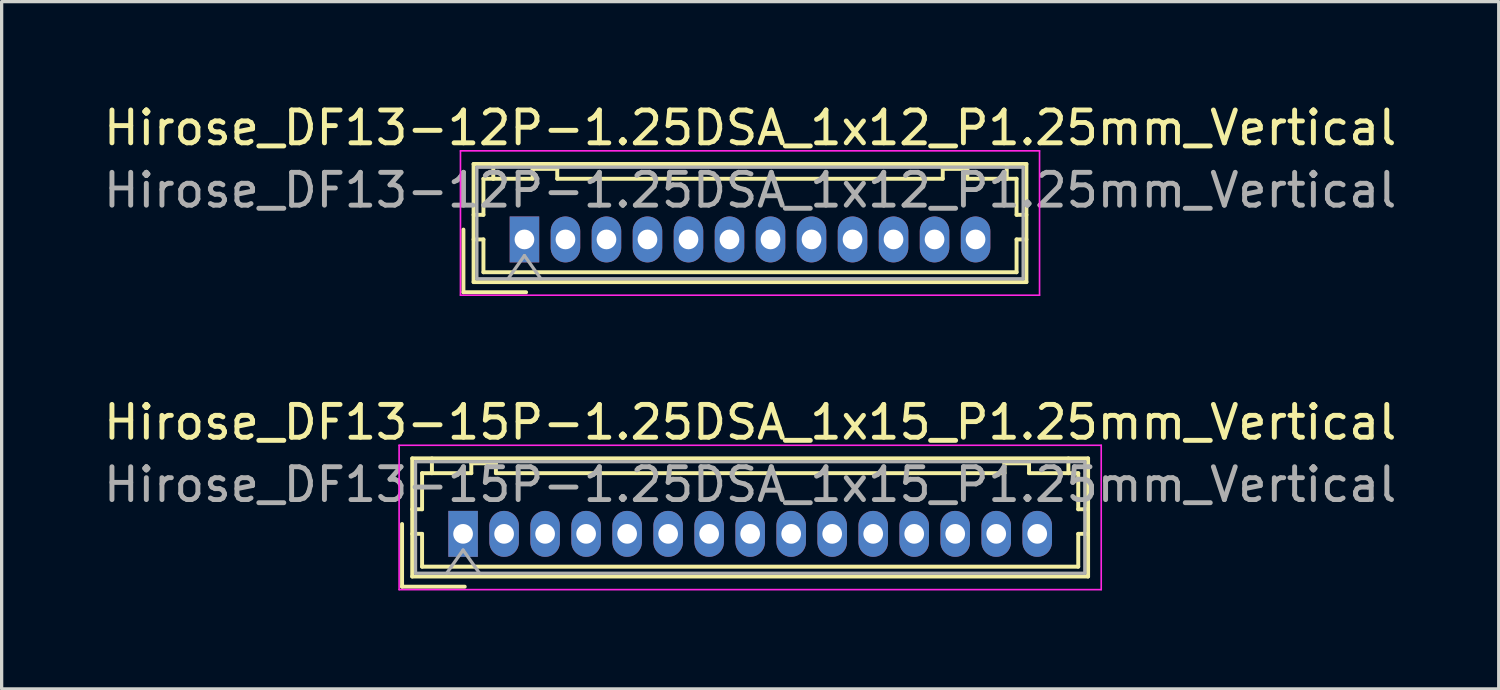
<source format=kicad_pcb>
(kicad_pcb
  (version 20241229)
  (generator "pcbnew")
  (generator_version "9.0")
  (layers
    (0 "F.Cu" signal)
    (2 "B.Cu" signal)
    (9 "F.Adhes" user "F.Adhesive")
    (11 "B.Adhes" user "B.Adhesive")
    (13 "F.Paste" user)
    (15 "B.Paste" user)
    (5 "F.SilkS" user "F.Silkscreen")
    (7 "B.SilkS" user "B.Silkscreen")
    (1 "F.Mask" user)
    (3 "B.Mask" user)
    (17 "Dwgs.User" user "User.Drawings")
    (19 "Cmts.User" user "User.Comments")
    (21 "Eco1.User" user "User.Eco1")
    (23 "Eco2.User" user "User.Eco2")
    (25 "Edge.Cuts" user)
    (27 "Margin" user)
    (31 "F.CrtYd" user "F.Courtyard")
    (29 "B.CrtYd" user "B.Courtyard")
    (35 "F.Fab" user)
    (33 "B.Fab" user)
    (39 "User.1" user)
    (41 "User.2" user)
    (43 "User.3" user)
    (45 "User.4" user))
  (footprint "Hirose_DF13-15P-1.25DSA_1x15_P1.25mm_Vertical"
    (layer "F.Cu")
    (at 11.065 13.222)
    (property "Reference" "Hirose_DF13-15P-1.25DSA_1x15_P1.25mm_Vertical" (at 8.75 -3.4 0) (layer "F.SilkS") (effects (font (size 1 1) (thickness 0.15))))
    (attr through_hole)
    (fp_line (start -1.86 -0.3) (end -1.86 1.61) (stroke (width 0.12) (type solid)) (layer "F.SilkS"))
    (fp_line (start -1.86 1.61) (end 0.05 1.61) (stroke (width 0.12) (type solid)) (layer "F.SilkS"))
    (fp_line (start -1.55 -2.3) (end -1.55 1.3) (stroke (width 0.12) (type solid)) (layer "F.SilkS"))
    (fp_line (start -1.55 -0.75) (end -1.25 -0.75) (stroke (width 0.12) (type solid)) (layer "F.SilkS"))
    (fp_line (start -1.55 0) (end -1.25 0) (stroke (width 0.12) (type solid)) (layer "F.SilkS"))
    (fp_line (start -1.55 1.3) (end 19.05 1.3) (stroke (width 0.12) (type solid)) (layer "F.SilkS"))
    (fp_line (start -1.25 -1.85) (end -0.95 -1.85) (stroke (width 0.12) (type solid)) (layer "F.SilkS"))
    (fp_line (start -1.25 -0.75) (end -1.25 -1.85) (stroke (width 0.12) (type solid)) (layer "F.SilkS"))
    (fp_line (start -1.25 0) (end -1.25 1) (stroke (width 0.12) (type solid)) (layer "F.SilkS"))
    (fp_line (start -1.25 1) (end 18.75 1) (stroke (width 0.12) (type solid)) (layer "F.SilkS"))
    (fp_line (start -0.95 -1.85) (end -0.95 -2.3) (stroke (width 0.12) (type solid)) (layer "F.SilkS"))
    (fp_line (start -0.95 -1.85) (end 0.25 -1.85) (stroke (width 0.12) (type solid)) (layer "F.SilkS"))
    (fp_line (start 0.25 -2.15) (end 1 -2.15) (stroke (width 0.12) (type solid)) (layer "F.SilkS"))
    (fp_line (start 0.25 -1.85) (end 0.25 -2.15) (stroke (width 0.12) (type solid)) (layer "F.SilkS"))
    (fp_line (start 1 -2.15) (end 1 -1.85) (stroke (width 0.12) (type solid)) (layer "F.SilkS"))
    (fp_line (start 1 -1.85) (end 16.5 -1.85) (stroke (width 0.12) (type solid)) (layer "F.SilkS"))
    (fp_line (start 16.5 -2.15) (end 17.25 -2.15) (stroke (width 0.12) (type solid)) (layer "F.SilkS"))
    (fp_line (start 16.5 -1.85) (end 16.5 -2.15) (stroke (width 0.12) (type solid)) (layer "F.SilkS"))
    (fp_line (start 17.25 -2.15) (end 17.25 -1.85) (stroke (width 0.12) (type solid)) (layer "F.SilkS"))
    (fp_line (start 17.25 -1.85) (end 18.45 -1.85) (stroke (width 0.12) (type solid)) (layer "F.SilkS"))
    (fp_line (start 18.45 -1.85) (end 18.45 -2.3) (stroke (width 0.12) (type solid)) (layer "F.SilkS"))
    (fp_line (start 18.75 -1.85) (end 18.45 -1.85) (stroke (width 0.12) (type solid)) (layer "F.SilkS"))
    (fp_line (start 18.75 -0.75) (end 18.75 -1.85) (stroke (width 0.12) (type solid)) (layer "F.SilkS"))
    (fp_line (start 18.75 0) (end 19.05 0) (stroke (width 0.12) (type solid)) (layer "F.SilkS"))
    (fp_line (start 18.75 1) (end 18.75 0) (stroke (width 0.12) (type solid)) (layer "F.SilkS"))
    (fp_line (start 19.05 -2.3) (end -1.55 -2.3) (stroke (width 0.12) (type solid)) (layer "F.SilkS"))
    (fp_line (start 19.05 -0.75) (end 18.75 -0.75) (stroke (width 0.12) (type solid)) (layer "F.SilkS"))
    (fp_line (start 19.05 1.3) (end 19.05 -2.3) (stroke (width 0.12) (type solid)) (layer "F.SilkS"))
    (fp_line (start -1.95 -2.7) (end -1.95 1.7) (stroke (width 0.05) (type solid)) (layer "F.CrtYd"))
    (fp_line (start -1.95 1.7) (end 19.45 1.7) (stroke (width 0.05) (type solid)) (layer "F.CrtYd"))
    (fp_line (start 19.45 -2.7) (end -1.95 -2.7) (stroke (width 0.05) (type solid)) (layer "F.CrtYd"))
    (fp_line (start 19.45 1.7) (end 19.45 -2.7) (stroke (width 0.05) (type solid)) (layer "F.CrtYd"))
    (fp_line (start -1.45 -2.2) (end -1.45 1.2) (stroke (width 0.1) (type solid)) (layer "F.Fab"))
    (fp_line (start -1.45 1.2) (end 18.95 1.2) (stroke (width 0.1) (type solid)) (layer "F.Fab"))
    (fp_line (start -0.5 1.2) (end 0 0.493) (stroke (width 0.1) (type solid)) (layer "F.Fab"))
    (fp_line (start 0 0.493) (end 0.5 1.2) (stroke (width 0.1) (type solid)) (layer "F.Fab"))
    (fp_line (start 18.95 -2.2) (end -1.45 -2.2) (stroke (width 0.1) (type solid)) (layer "F.Fab"))
    (fp_line (start 18.95 1.2) (end 18.95 -2.2) (stroke (width 0.1) (type solid)) (layer "F.Fab"))
    (fp_text user "${REFERENCE}" (at 8.75 -1.5 0) (layer "F.Fab") (effects (font (size 1 1) (thickness 0.15))))
    (pad "1" thru_hole rect (at 0 0) (size 0.9 1.4) (drill 0.6) (layers "*.Cu" "*.Mask"))
    (pad "2" thru_hole oval (at 1.25 0) (size 0.9 1.4) (drill 0.6) (layers "*.Cu" "*.Mask"))
    (pad "3" thru_hole oval (at 2.5 0) (size 0.9 1.4) (drill 0.6) (layers "*.Cu" "*.Mask"))
    (pad "4" thru_hole oval (at 3.75 0) (size 0.9 1.4) (drill 0.6) (layers "*.Cu" "*.Mask"))
    (pad "5" thru_hole oval (at 5 0) (size 0.9 1.4) (drill 0.6) (layers "*.Cu" "*.Mask"))
    (pad "6" thru_hole oval (at 6.25 0) (size 0.9 1.4) (drill 0.6) (layers "*.Cu" "*.Mask"))
    (pad "7" thru_hole oval (at 7.5 0) (size 0.9 1.4) (drill 0.6) (layers "*.Cu" "*.Mask"))
    (pad "8" thru_hole oval (at 8.75 0) (size 0.9 1.4) (drill 0.6) (layers "*.Cu" "*.Mask"))
    (pad "9" thru_hole oval (at 10 0) (size 0.9 1.4) (drill 0.6) (layers "*.Cu" "*.Mask"))
    (pad "10" thru_hole oval (at 11.25 0) (size 0.9 1.4) (drill 0.6) (layers "*.Cu" "*.Mask"))
    (pad "11" thru_hole oval (at 12.5 0) (size 0.9 1.4) (drill 0.6) (layers "*.Cu" "*.Mask"))
    (pad "12" thru_hole oval (at 13.75 0) (size 0.9 1.4) (drill 0.6) (layers "*.Cu" "*.Mask"))
    (pad "13" thru_hole oval (at 15 0) (size 0.9 1.4) (drill 0.6) (layers "*.Cu" "*.Mask"))
    (pad "14" thru_hole oval (at 16.25 0) (size 0.9 1.4) (drill 0.6) (layers "*.Cu" "*.Mask"))
    (pad "15" thru_hole oval (at 17.5 0) (size 0.9 1.4) (drill 0.6) (layers "*.Cu" "*.Mask")))
  (footprint "Hirose_DF13-12P-1.25DSA_1x12_P1.25mm_Vertical"
    (layer "F.Cu")
    (at 12.935 4.248)
    (property "Reference" "Hirose_DF13-12P-1.25DSA_1x12_P1.25mm_Vertical" (at 6.88 -3.4 0) (layer "F.SilkS") (effects (font (size 1 1) (thickness 0.15))))
    (attr through_hole)
    (fp_line (start -1.86 -0.3) (end -1.86 1.61) (stroke (width 0.12) (type solid)) (layer "F.SilkS"))
    (fp_line (start -1.86 1.61) (end 0.05 1.61) (stroke (width 0.12) (type solid)) (layer "F.SilkS"))
    (fp_line (start -1.55 -2.3) (end -1.55 1.3) (stroke (width 0.12) (type solid)) (layer "F.SilkS"))
    (fp_line (start -1.55 -0.75) (end -1.25 -0.75) (stroke (width 0.12) (type solid)) (layer "F.SilkS"))
    (fp_line (start -1.55 0) (end -1.25 0) (stroke (width 0.12) (type solid)) (layer "F.SilkS"))
    (fp_line (start -1.55 1.3) (end 15.3 1.3) (stroke (width 0.12) (type solid)) (layer "F.SilkS"))
    (fp_line (start -1.25 -1.85) (end -0.95 -1.85) (stroke (width 0.12) (type solid)) (layer "F.SilkS"))
    (fp_line (start -1.25 -0.75) (end -1.25 -1.85) (stroke (width 0.12) (type solid)) (layer "F.SilkS"))
    (fp_line (start -1.25 0) (end -1.25 1) (stroke (width 0.12) (type solid)) (layer "F.SilkS"))
    (fp_line (start -1.25 1) (end 15 1) (stroke (width 0.12) (type solid)) (layer "F.SilkS"))
    (fp_line (start -0.95 -1.85) (end -0.95 -2.3) (stroke (width 0.12) (type solid)) (layer "F.SilkS"))
    (fp_line (start -0.95 -1.85) (end 0.25 -1.85) (stroke (width 0.12) (type solid)) (layer "F.SilkS"))
    (fp_line (start 0.25 -2.15) (end 1 -2.15) (stroke (width 0.12) (type solid)) (layer "F.SilkS"))
    (fp_line (start 0.25 -1.85) (end 0.25 -2.15) (stroke (width 0.12) (type solid)) (layer "F.SilkS"))
    (fp_line (start 1 -2.15) (end 1 -1.85) (stroke (width 0.12) (type solid)) (layer "F.SilkS"))
    (fp_line (start 1 -1.85) (end 12.75 -1.85) (stroke (width 0.12) (type solid)) (layer "F.SilkS"))
    (fp_line (start 12.75 -2.15) (end 13.5 -2.15) (stroke (width 0.12) (type solid)) (layer "F.SilkS"))
    (fp_line (start 12.75 -1.85) (end 12.75 -2.15) (stroke (width 0.12) (type solid)) (layer "F.SilkS"))
    (fp_line (start 13.5 -2.15) (end 13.5 -1.85) (stroke (width 0.12) (type solid)) (layer "F.SilkS"))
    (fp_line (start 13.5 -1.85) (end 14.7 -1.85) (stroke (width 0.12) (type solid)) (layer "F.SilkS"))
    (fp_line (start 14.7 -1.85) (end 14.7 -2.3) (stroke (width 0.12) (type solid)) (layer "F.SilkS"))
    (fp_line (start 15 -1.85) (end 14.7 -1.85) (stroke (width 0.12) (type solid)) (layer "F.SilkS"))
    (fp_line (start 15 -0.75) (end 15 -1.85) (stroke (width 0.12) (type solid)) (layer "F.SilkS"))
    (fp_line (start 15 0) (end 15.3 0) (stroke (width 0.12) (type solid)) (layer "F.SilkS"))
    (fp_line (start 15 1) (end 15 0) (stroke (width 0.12) (type solid)) (layer "F.SilkS"))
    (fp_line (start 15.3 -2.3) (end -1.55 -2.3) (stroke (width 0.12) (type solid)) (layer "F.SilkS"))
    (fp_line (start 15.3 -0.75) (end 15 -0.75) (stroke (width 0.12) (type solid)) (layer "F.SilkS"))
    (fp_line (start 15.3 1.3) (end 15.3 -2.3) (stroke (width 0.12) (type solid)) (layer "F.SilkS"))
    (fp_line (start -1.95 -2.7) (end -1.95 1.7) (stroke (width 0.05) (type solid)) (layer "F.CrtYd"))
    (fp_line (start -1.95 1.7) (end 15.7 1.7) (stroke (width 0.05) (type solid)) (layer "F.CrtYd"))
    (fp_line (start 15.7 -2.7) (end -1.95 -2.7) (stroke (width 0.05) (type solid)) (layer "F.CrtYd"))
    (fp_line (start 15.7 1.7) (end 15.7 -2.7) (stroke (width 0.05) (type solid)) (layer "F.CrtYd"))
    (fp_line (start -1.45 -2.2) (end -1.45 1.2) (stroke (width 0.1) (type solid)) (layer "F.Fab"))
    (fp_line (start -1.45 1.2) (end 15.2 1.2) (stroke (width 0.1) (type solid)) (layer "F.Fab"))
    (fp_line (start -0.5 1.2) (end 0 0.493) (stroke (width 0.1) (type solid)) (layer "F.Fab"))
    (fp_line (start 0 0.493) (end 0.5 1.2) (stroke (width 0.1) (type solid)) (layer "F.Fab"))
    (fp_line (start 15.2 -2.2) (end -1.45 -2.2) (stroke (width 0.1) (type solid)) (layer "F.Fab"))
    (fp_line (start 15.2 1.2) (end 15.2 -2.2) (stroke (width 0.1) (type solid)) (layer "F.Fab"))
    (fp_text user "${REFERENCE}" (at 6.88 -1.5 0) (layer "F.Fab") (effects (font (size 1 1) (thickness 0.15))))
    (pad "1" thru_hole rect (at 0 0) (size 0.9 1.4) (drill 0.6) (layers "*.Cu" "*.Mask"))
    (pad "2" thru_hole oval (at 1.25 0) (size 0.9 1.4) (drill 0.6) (layers "*.Cu" "*.Mask"))
    (pad "3" thru_hole oval (at 2.5 0) (size 0.9 1.4) (drill 0.6) (layers "*.Cu" "*.Mask"))
    (pad "4" thru_hole oval (at 3.75 0) (size 0.9 1.4) (drill 0.6) (layers "*.Cu" "*.Mask"))
    (pad "5" thru_hole oval (at 5 0) (size 0.9 1.4) (drill 0.6) (layers "*.Cu" "*.Mask"))
    (pad "6" thru_hole oval (at 6.25 0) (size 0.9 1.4) (drill 0.6) (layers "*.Cu" "*.Mask"))
    (pad "7" thru_hole oval (at 7.5 0) (size 0.9 1.4) (drill 0.6) (layers "*.Cu" "*.Mask"))
    (pad "8" thru_hole oval (at 8.75 0) (size 0.9 1.4) (drill 0.6) (layers "*.Cu" "*.Mask"))
    (pad "9" thru_hole oval (at 10 0) (size 0.9 1.4) (drill 0.6) (layers "*.Cu" "*.Mask"))
    (pad "10" thru_hole oval (at 11.25 0) (size 0.9 1.4) (drill 0.6) (layers "*.Cu" "*.Mask"))
    (pad "11" thru_hole oval (at 12.5 0) (size 0.9 1.4) (drill 0.6) (layers "*.Cu" "*.Mask"))
    (pad "12" thru_hole oval (at 13.75 0) (size 0.9 1.4) (drill 0.6) (layers "*.Cu" "*.Mask")))
  (gr_rect
    (start -3 -3)
    (end 42.631 17.947)
    (stroke (width 0.1) (type default))
    (fill no)
    (layer "Edge.Cuts")))
</source>
